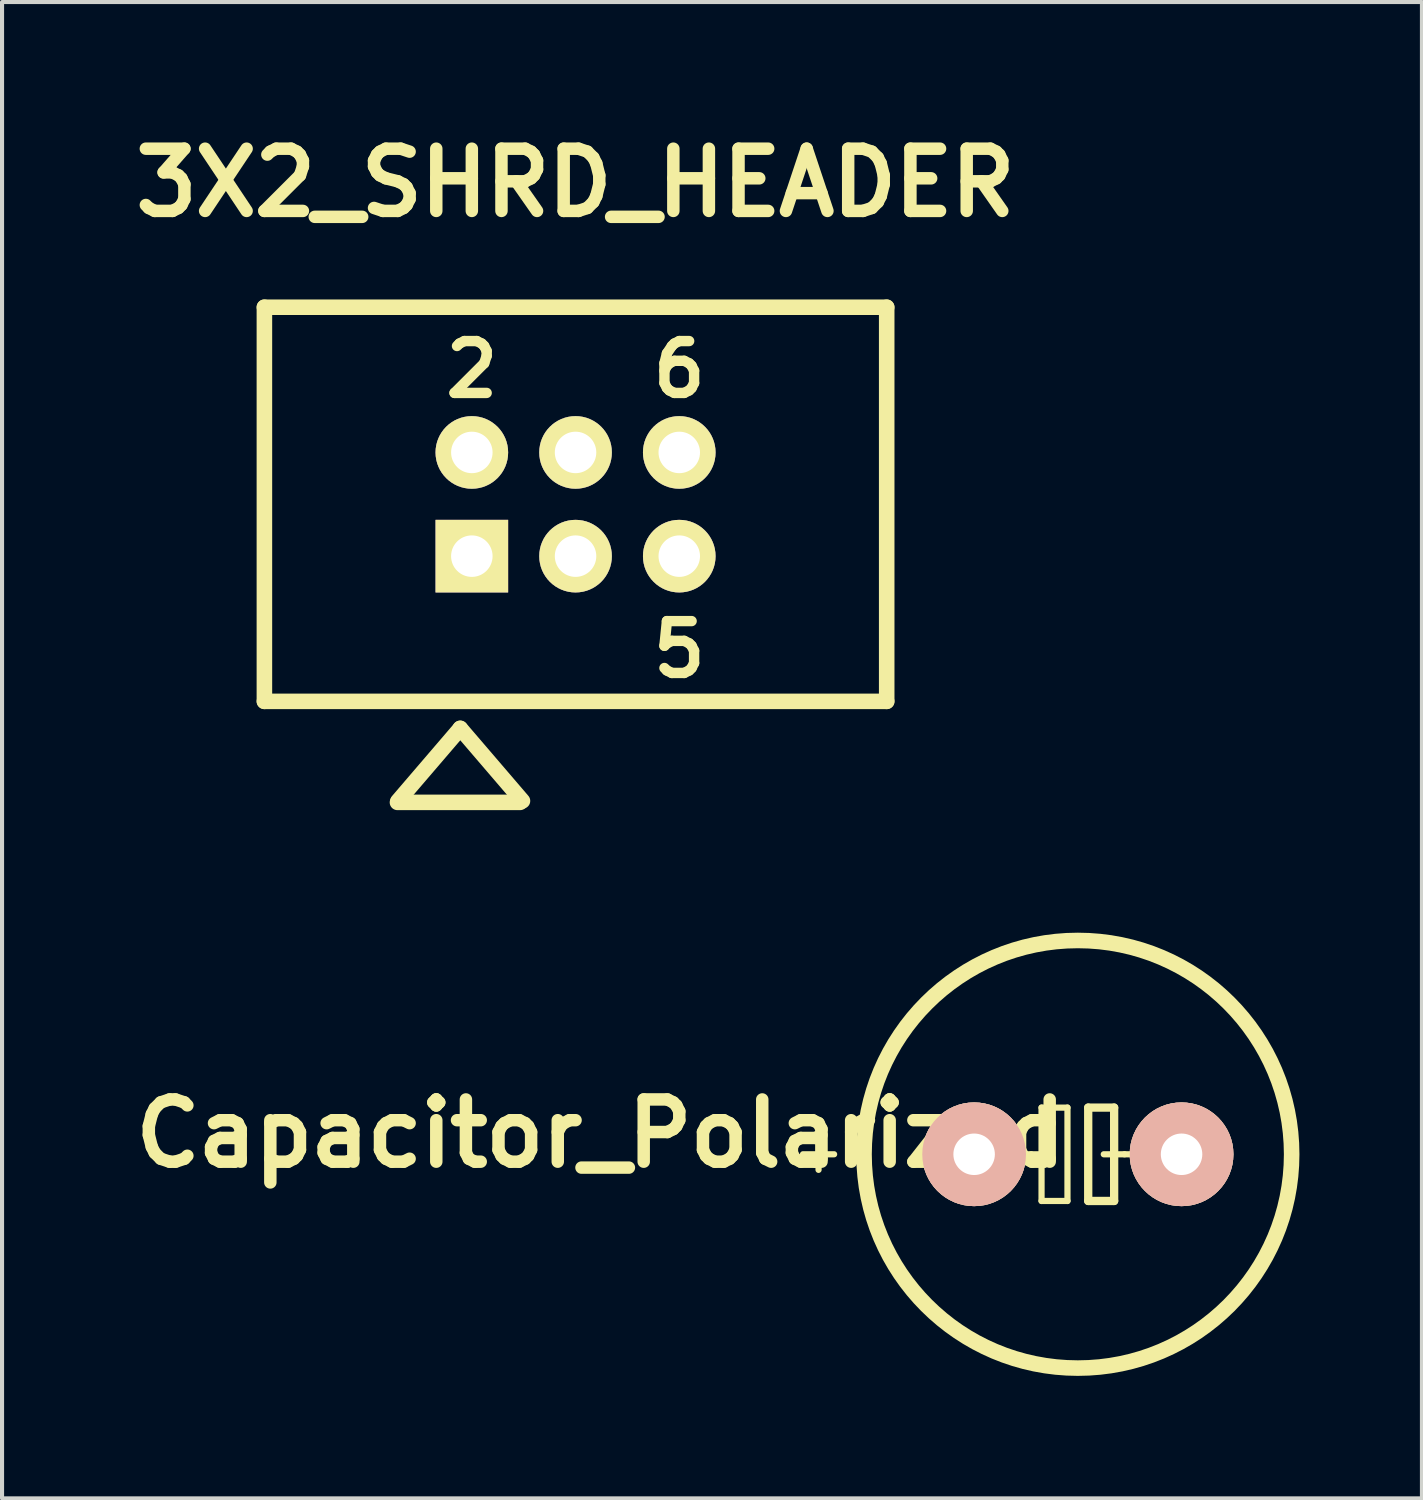
<source format=kicad_pcb>
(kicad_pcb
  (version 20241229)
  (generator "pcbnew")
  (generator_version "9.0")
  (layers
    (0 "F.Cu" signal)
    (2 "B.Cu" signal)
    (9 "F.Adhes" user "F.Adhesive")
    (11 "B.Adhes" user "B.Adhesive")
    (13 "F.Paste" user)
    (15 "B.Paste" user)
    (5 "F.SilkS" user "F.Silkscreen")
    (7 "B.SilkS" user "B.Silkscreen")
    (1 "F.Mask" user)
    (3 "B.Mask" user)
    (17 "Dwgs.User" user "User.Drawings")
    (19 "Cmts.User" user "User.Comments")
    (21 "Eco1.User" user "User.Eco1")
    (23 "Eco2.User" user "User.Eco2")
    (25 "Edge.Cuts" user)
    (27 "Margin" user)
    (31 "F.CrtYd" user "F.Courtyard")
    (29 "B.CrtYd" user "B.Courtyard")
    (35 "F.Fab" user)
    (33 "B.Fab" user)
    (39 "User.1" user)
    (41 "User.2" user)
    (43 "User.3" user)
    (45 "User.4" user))
  (footprint "Capacitor_Polarized"
    (layer "F.Cu")
    (at 23.346 25.218)
    (property "Reference" "Capacitor_Polarized" (at -11.684 -0.508 0) (layer "F.SilkS") (effects (font (size 1.524 1.524) (thickness 0.305))))
    (attr exclude_from_pos_files exclude_from_bom)
    (fp_line (start -6.35 -0.381) (end -6.35 0.381) (stroke (width 0.152) (type solid)) (layer "F.SilkS"))
    (fp_line (start -5.969 0) (end -6.731 0) (stroke (width 0.152) (type solid)) (layer "F.SilkS"))
    (fp_line (start -1.651 0) (end -1.143 0) (stroke (width 0.152) (type solid)) (layer "F.SilkS"))
    (fp_line (start -1.143 0) (end -0.889 0) (stroke (width 0.152) (type solid)) (layer "F.SilkS"))
    (fp_line (start -0.889 -1.143) (end -0.889 0) (stroke (width 0.152) (type solid)) (layer "F.SilkS"))
    (fp_line (start -0.889 0) (end -0.889 1.143) (stroke (width 0.152) (type solid)) (layer "F.SilkS"))
    (fp_line (start -0.889 1.143) (end -0.254 1.143) (stroke (width 0.152) (type solid)) (layer "F.SilkS"))
    (fp_line (start -0.254 -1.143) (end -0.889 -1.143) (stroke (width 0.152) (type solid)) (layer "F.SilkS"))
    (fp_line (start -0.254 1.143) (end -0.254 -1.143) (stroke (width 0.152) (type solid)) (layer "F.SilkS"))
    (fp_line (start 0.254 -1.143) (end 0.889 -1.143) (stroke (width 0.203) (type solid)) (layer "F.SilkS"))
    (fp_line (start 0.254 1.143) (end 0.254 -1.143) (stroke (width 0.203) (type solid)) (layer "F.SilkS"))
    (fp_line (start 0.254 1.143) (end 0.889 1.143) (stroke (width 0.203) (type solid)) (layer "F.SilkS"))
    (fp_line (start 0.635 0) (end 1.143 0) (stroke (width 0.152) (type solid)) (layer "F.SilkS"))
    (fp_line (start 0.889 1.143) (end 0.889 -1.143) (stroke (width 0.203) (type solid)) (layer "F.SilkS"))
    (fp_line (start 1.143 0) (end 1.651 0) (stroke (width 0.152) (type solid)) (layer "F.SilkS"))
    (fp_circle (center 0 0) (end 1.27 -5.08) (stroke (width 0.381) (type solid)) (fill no) (layer "F.SilkS"))
    (pad "1" thru_hole circle (at -2.54 0) (size 2.54 2.54) (drill 1.016) (layers "*.Cu" "*.SilkS" "*.Mask"))
    (pad "2" thru_hole circle (at 2.54 0) (size 2.54 2.54) (drill 1.016) (layers "*.Cu" "*.SilkS" "*.Mask")))
  (footprint "3X2_SHRD_HEADER"
    (layer "F.Cu")
    (at 11.045 9.3)
    (property "Reference" "3X2_SHRD_HEADER" (at 0 -7.874 0) (layer "F.SilkS") (effects (font (size 1.524 1.524) (thickness 0.305))))
    (attr through_hole)
    (fp_line (start -7.62 -4.826) (end 7.62 -4.826) (stroke (width 0.381) (type solid)) (layer "F.SilkS"))
    (fp_line (start -7.62 4.826) (end -7.62 -4.826) (stroke (width 0.381) (type solid)) (layer "F.SilkS"))
    (fp_line (start -7.62 4.826) (end 7.62 4.826) (stroke (width 0.381) (type solid)) (layer "F.SilkS"))
    (fp_line (start -4.361 7.3) (end -1.359 7.3) (stroke (width 0.381) (type solid)) (layer "F.SilkS"))
    (fp_line (start -2.824 5.489) (end -4.348 7.267) (stroke (width 0.381) (type solid)) (layer "F.SilkS"))
    (fp_line (start -1.3 7.264) (end -2.824 5.486) (stroke (width 0.381) (type solid)) (layer "F.SilkS"))
    (fp_line (start 7.62 -4.826) (end 7.62 4.826) (stroke (width 0.381) (type solid)) (layer "F.SilkS"))
    (fp_text user "6" (at 2.54 -3.302 0) (layer "F.SilkS") (effects (font (size 1.27 1.27) (thickness 0.254))))
    (fp_text user "2" (at -2.54 -3.302 0) (layer "F.SilkS") (effects (font (size 1.27 1.27) (thickness 0.254))))
    (fp_text user "5" (at 2.54 3.556 0) (layer "F.SilkS") (effects (font (size 1.27 1.27) (thickness 0.254))))
    (pad "1" thru_hole rect (at -2.54 1.27) (size 1.778 1.778) (drill 1.016) (layers "*.Cu" "*.Mask" "F.SilkS"))
    (pad "2" thru_hole circle (at -2.54 -1.27) (size 1.778 1.778) (drill 1.016) (layers "*.Cu" "*.Mask" "F.SilkS"))
    (pad "3" thru_hole circle (at 0 1.27) (size 1.778 1.778) (drill 1.016) (layers "*.Cu" "*.Mask" "F.SilkS"))
    (pad "4" thru_hole circle (at 0 -1.27) (size 1.778 1.778) (drill 1.016) (layers "*.Cu" "*.Mask" "F.SilkS"))
    (pad "5" thru_hole circle (at 2.54 1.27) (size 1.778 1.778) (drill 1.016) (layers "*.Cu" "*.Mask" "F.SilkS"))
    (pad "6" thru_hole circle (at 2.54 -1.27) (size 1.778 1.778) (drill 1.016) (layers "*.Cu" "*.Mask" "F.SilkS")))
  (gr_rect
    (start -3 -3)
    (end 31.773 33.645)
    (stroke (width 0.1) (type default))
    (fill no)
    (layer "Edge.Cuts")))
</source>
